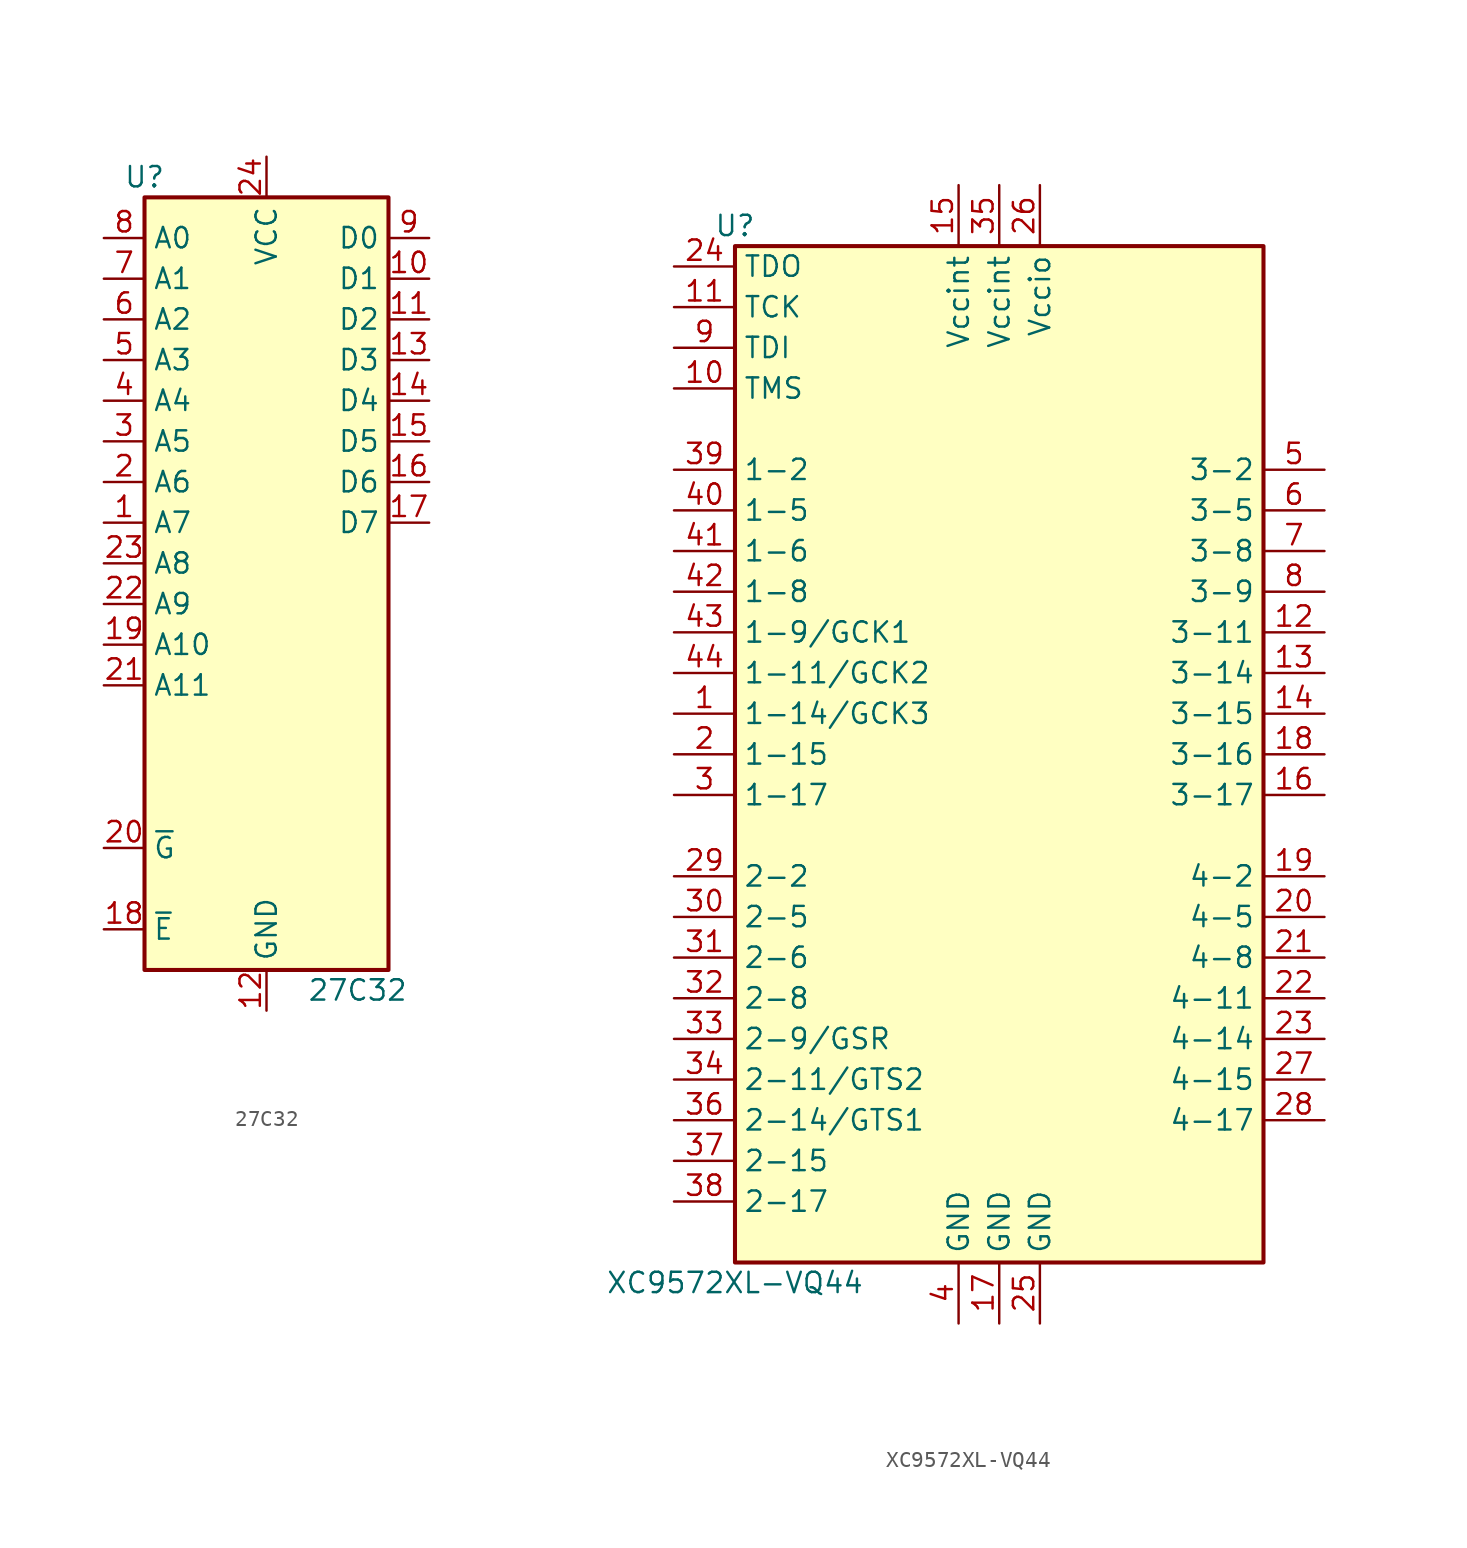
<source format=kicad_sym>
(kicad_symbol_lib
  (version 20211014)
  (generator kicad_symbol_editor)
  (symbol "27C32"
    (property "Reference" "U"
      (at -7.62 24.13 0)
      (effects (font (size 1.27 1.27))))
    (property "Value" "27C32"
      (at 2.54 -26.67 0)
      (effects (font (size 1.27 1.27)) (justify left)))
    (symbol "27C32_1_1"
      (rectangle (start -7.62 22.86) (end 7.62 -25.4) (stroke (width 0.254) (type default) (color 0 0 0 0)) (fill (type background)))
      (pin input line (at -10.16 2.54 0) (length 2.54) (name "A7" (effects (font (size 1.27 1.27)))) (number "1" (effects (font (size 1.27 1.27)))))
      (pin tri_state line (at 10.16 17.78 180) (length 2.54) (name "D1" (effects (font (size 1.27 1.27)))) (number "10" (effects (font (size 1.27 1.27)))))
      (pin tri_state line (at 10.16 15.24 180) (length 2.54) (name "D2" (effects (font (size 1.27 1.27)))) (number "11" (effects (font (size 1.27 1.27)))))
      (pin power_in line (at 0 -27.94 90) (length 2.54) (name "GND" (effects (font (size 1.27 1.27)))) (number "12" (effects (font (size 1.27 1.27)))))
      (pin tri_state line (at 10.16 12.7 180) (length 2.54) (name "D3" (effects (font (size 1.27 1.27)))) (number "13" (effects (font (size 1.27 1.27)))))
      (pin tri_state line (at 10.16 10.16 180) (length 2.54) (name "D4" (effects (font (size 1.27 1.27)))) (number "14" (effects (font (size 1.27 1.27)))))
      (pin tri_state line (at 10.16 7.62 180) (length 2.54) (name "D5" (effects (font (size 1.27 1.27)))) (number "15" (effects (font (size 1.27 1.27)))))
      (pin tri_state line (at 10.16 5.08 180) (length 2.54) (name "D6" (effects (font (size 1.27 1.27)))) (number "16" (effects (font (size 1.27 1.27)))))
      (pin tri_state line (at 10.16 2.54 180) (length 2.54) (name "D7" (effects (font (size 1.27 1.27)))) (number "17" (effects (font (size 1.27 1.27)))))
      (pin input line (at -10.16 -22.86 0) (length 2.54) (name "~{E}" (effects (font (size 1.27 1.27)))) (number "18" (effects (font (size 1.27 1.27)))))
      (pin input line (at -10.16 -5.08 0) (length 2.54) (name "A10" (effects (font (size 1.27 1.27)))) (number "19" (effects (font (size 1.27 1.27)))))
      (pin input line (at -10.16 5.08 0) (length 2.54) (name "A6" (effects (font (size 1.27 1.27)))) (number "2" (effects (font (size 1.27 1.27)))))
      (pin input line (at -10.16 -17.78 0) (length 2.54) (name "~{G}" (effects (font (size 1.27 1.27)))) (number "20" (effects (font (size 1.27 1.27)))))
      (pin input line (at -10.16 -7.62 0) (length 2.54) (name "A11" (effects (font (size 1.27 1.27)))) (number "21" (effects (font (size 1.27 1.27)))))
      (pin input line (at -10.16 -2.54 0) (length 2.54) (name "A9" (effects (font (size 1.27 1.27)))) (number "22" (effects (font (size 1.27 1.27)))))
      (pin input line (at -10.16 0 0) (length 2.54) (name "A8" (effects (font (size 1.27 1.27)))) (number "23" (effects (font (size 1.27 1.27)))))
      (pin power_in line (at 0 25.4 270) (length 2.54) (name "VCC" (effects (font (size 1.27 1.27)))) (number "24" (effects (font (size 1.27 1.27)))))
      (pin input line (at -10.16 7.62 0) (length 2.54) (name "A5" (effects (font (size 1.27 1.27)))) (number "3" (effects (font (size 1.27 1.27)))))
      (pin input line (at -10.16 10.16 0) (length 2.54) (name "A4" (effects (font (size 1.27 1.27)))) (number "4" (effects (font (size 1.27 1.27)))))
      (pin input line (at -10.16 12.7 0) (length 2.54) (name "A3" (effects (font (size 1.27 1.27)))) (number "5" (effects (font (size 1.27 1.27)))))
      (pin input line (at -10.16 15.24 0) (length 2.54) (name "A2" (effects (font (size 1.27 1.27)))) (number "6" (effects (font (size 1.27 1.27)))))
      (pin input line (at -10.16 17.78 0) (length 2.54) (name "A1" (effects (font (size 1.27 1.27)))) (number "7" (effects (font (size 1.27 1.27)))))
      (pin input line (at -10.16 20.32 0) (length 2.54) (name "A0" (effects (font (size 1.27 1.27)))) (number "8" (effects (font (size 1.27 1.27)))))
      (pin tri_state line (at 10.16 20.32 180) (length 2.54) (name "D0" (effects (font (size 1.27 1.27)))) (number "9" (effects (font (size 1.27 1.27)))))))
  (symbol "XC9572XL-VQ44"
    (property "Reference" "U"
      (at -16.51 33.02 0)
      (effects (font (size 1.27 1.27))))
    (property "Value" "XC9572XL-VQ44"
      (at -16.51 -33.02 0)
      (effects (font (size 1.27 1.27))))
    (symbol "XC9572XL-VQ44_1_1"
      (rectangle (start -16.51 31.75) (end 16.51 -31.75) (stroke (width 0.254) (type default) (color 0 0 0 0)) (fill (type background)))
      (pin passive line (at -20.32 2.54 0) (length 3.81) (name "1-14/GCK3" (effects (font (size 1.27 1.27)))) (number "1" (effects (font (size 1.27 1.27)))))
      (pin passive line (at -20.32 22.86 0) (length 3.81) (name "TMS" (effects (font (size 1.27 1.27)))) (number "10" (effects (font (size 1.27 1.27)))))
      (pin passive line (at -20.32 27.94 0) (length 3.81) (name "TCK" (effects (font (size 1.27 1.27)))) (number "11" (effects (font (size 1.27 1.27)))))
      (pin passive line (at 20.32 7.62 180) (length 3.81) (name "3-11" (effects (font (size 1.27 1.27)))) (number "12" (effects (font (size 1.27 1.27)))))
      (pin passive line (at 20.32 5.08 180) (length 3.81) (name "3-14" (effects (font (size 1.27 1.27)))) (number "13" (effects (font (size 1.27 1.27)))))
      (pin passive line (at 20.32 2.54 180) (length 3.81) (name "3-15" (effects (font (size 1.27 1.27)))) (number "14" (effects (font (size 1.27 1.27)))))
      (pin power_in line (at -2.54 35.56 270) (length 3.81) (name "Vccint" (effects (font (size 1.27 1.27)))) (number "15" (effects (font (size 1.27 1.27)))))
      (pin passive line (at 20.32 -2.54 180) (length 3.81) (name "3-17" (effects (font (size 1.27 1.27)))) (number "16" (effects (font (size 1.27 1.27)))))
      (pin power_in line (at 0 -35.56 90) (length 3.81) (name "GND" (effects (font (size 1.27 1.27)))) (number "17" (effects (font (size 1.27 1.27)))))
      (pin passive line (at 20.32 0 180) (length 3.81) (name "3-16" (effects (font (size 1.27 1.27)))) (number "18" (effects (font (size 1.27 1.27)))))
      (pin passive line (at 20.32 -7.62 180) (length 3.81) (name "4-2" (effects (font (size 1.27 1.27)))) (number "19" (effects (font (size 1.27 1.27)))))
      (pin passive line (at -20.32 0 0) (length 3.81) (name "1-15" (effects (font (size 1.27 1.27)))) (number "2" (effects (font (size 1.27 1.27)))))
      (pin passive line (at 20.32 -10.16 180) (length 3.81) (name "4-5" (effects (font (size 1.27 1.27)))) (number "20" (effects (font (size 1.27 1.27)))))
      (pin passive line (at 20.32 -12.7 180) (length 3.81) (name "4-8" (effects (font (size 1.27 1.27)))) (number "21" (effects (font (size 1.27 1.27)))))
      (pin passive line (at 20.32 -15.24 180) (length 3.81) (name "4-11" (effects (font (size 1.27 1.27)))) (number "22" (effects (font (size 1.27 1.27)))))
      (pin passive line (at 20.32 -17.78 180) (length 3.81) (name "4-14" (effects (font (size 1.27 1.27)))) (number "23" (effects (font (size 1.27 1.27)))))
      (pin passive line (at -20.32 30.48 0) (length 3.81) (name "TDO" (effects (font (size 1.27 1.27)))) (number "24" (effects (font (size 1.27 1.27)))))
      (pin power_in line (at 2.54 -35.56 90) (length 3.81) (name "GND" (effects (font (size 1.27 1.27)))) (number "25" (effects (font (size 1.27 1.27)))))
      (pin power_in line (at 2.54 35.56 270) (length 3.81) (name "Vccio" (effects (font (size 1.27 1.27)))) (number "26" (effects (font (size 1.27 1.27)))))
      (pin passive line (at 20.32 -20.32 180) (length 3.81) (name "4-15" (effects (font (size 1.27 1.27)))) (number "27" (effects (font (size 1.27 1.27)))))
      (pin passive line (at 20.32 -22.86 180) (length 3.81) (name "4-17" (effects (font (size 1.27 1.27)))) (number "28" (effects (font (size 1.27 1.27)))))
      (pin passive line (at -20.32 -7.62 0) (length 3.81) (name "2-2" (effects (font (size 1.27 1.27)))) (number "29" (effects (font (size 1.27 1.27)))))
      (pin passive line (at -20.32 -2.54 0) (length 3.81) (name "1-17" (effects (font (size 1.27 1.27)))) (number "3" (effects (font (size 1.27 1.27)))))
      (pin passive line (at -20.32 -10.16 0) (length 3.81) (name "2-5" (effects (font (size 1.27 1.27)))) (number "30" (effects (font (size 1.27 1.27)))))
      (pin passive line (at -20.32 -12.7 0) (length 3.81) (name "2-6" (effects (font (size 1.27 1.27)))) (number "31" (effects (font (size 1.27 1.27)))))
      (pin passive line (at -20.32 -15.24 0) (length 3.81) (name "2-8" (effects (font (size 1.27 1.27)))) (number "32" (effects (font (size 1.27 1.27)))))
      (pin passive line (at -20.32 -17.78 0) (length 3.81) (name "2-9/GSR" (effects (font (size 1.27 1.27)))) (number "33" (effects (font (size 1.27 1.27)))))
      (pin passive line (at -20.32 -20.32 0) (length 3.81) (name "2-11/GTS2" (effects (font (size 1.27 1.27)))) (number "34" (effects (font (size 1.27 1.27)))))
      (pin power_in line (at 0 35.56 270) (length 3.81) (name "Vccint" (effects (font (size 1.27 1.27)))) (number "35" (effects (font (size 1.27 1.27)))))
      (pin passive line (at -20.32 -22.86 0) (length 3.81) (name "2-14/GTS1" (effects (font (size 1.27 1.27)))) (number "36" (effects (font (size 1.27 1.27)))))
      (pin passive line (at -20.32 -25.4 0) (length 3.81) (name "2-15" (effects (font (size 1.27 1.27)))) (number "37" (effects (font (size 1.27 1.27)))))
      (pin passive line (at -20.32 -27.94 0) (length 3.81) (name "2-17" (effects (font (size 1.27 1.27)))) (number "38" (effects (font (size 1.27 1.27)))))
      (pin passive line (at -20.32 17.78 0) (length 3.81) (name "1-2" (effects (font (size 1.27 1.27)))) (number "39" (effects (font (size 1.27 1.27)))))
      (pin power_in line (at -2.54 -35.56 90) (length 3.81) (name "GND" (effects (font (size 1.27 1.27)))) (number "4" (effects (font (size 1.27 1.27)))))
      (pin passive line (at -20.32 15.24 0) (length 3.81) (name "1-5" (effects (font (size 1.27 1.27)))) (number "40" (effects (font (size 1.27 1.27)))))
      (pin passive line (at -20.32 12.7 0) (length 3.81) (name "1-6" (effects (font (size 1.27 1.27)))) (number "41" (effects (font (size 1.27 1.27)))))
      (pin passive line (at -20.32 10.16 0) (length 3.81) (name "1-8" (effects (font (size 1.27 1.27)))) (number "42" (effects (font (size 1.27 1.27)))))
      (pin passive line (at -20.32 7.62 0) (length 3.81) (name "1-9/GCK1" (effects (font (size 1.27 1.27)))) (number "43" (effects (font (size 1.27 1.27)))))
      (pin passive line (at -20.32 5.08 0) (length 3.81) (name "1-11/GCK2" (effects (font (size 1.27 1.27)))) (number "44" (effects (font (size 1.27 1.27)))))
      (pin passive line (at 20.32 17.78 180) (length 3.81) (name "3-2" (effects (font (size 1.27 1.27)))) (number "5" (effects (font (size 1.27 1.27)))))
      (pin passive line (at 20.32 15.24 180) (length 3.81) (name "3-5" (effects (font (size 1.27 1.27)))) (number "6" (effects (font (size 1.27 1.27)))))
      (pin passive line (at 20.32 12.7 180) (length 3.81) (name "3-8" (effects (font (size 1.27 1.27)))) (number "7" (effects (font (size 1.27 1.27)))))
      (pin passive line (at 20.32 10.16 180) (length 3.81) (name "3-9" (effects (font (size 1.27 1.27)))) (number "8" (effects (font (size 1.27 1.27)))))
      (pin passive line (at -20.32 25.4 0) (length 3.81) (name "TDI" (effects (font (size 1.27 1.27)))) (number "9" (effects (font (size 1.27 1.27))))))))
</source>
